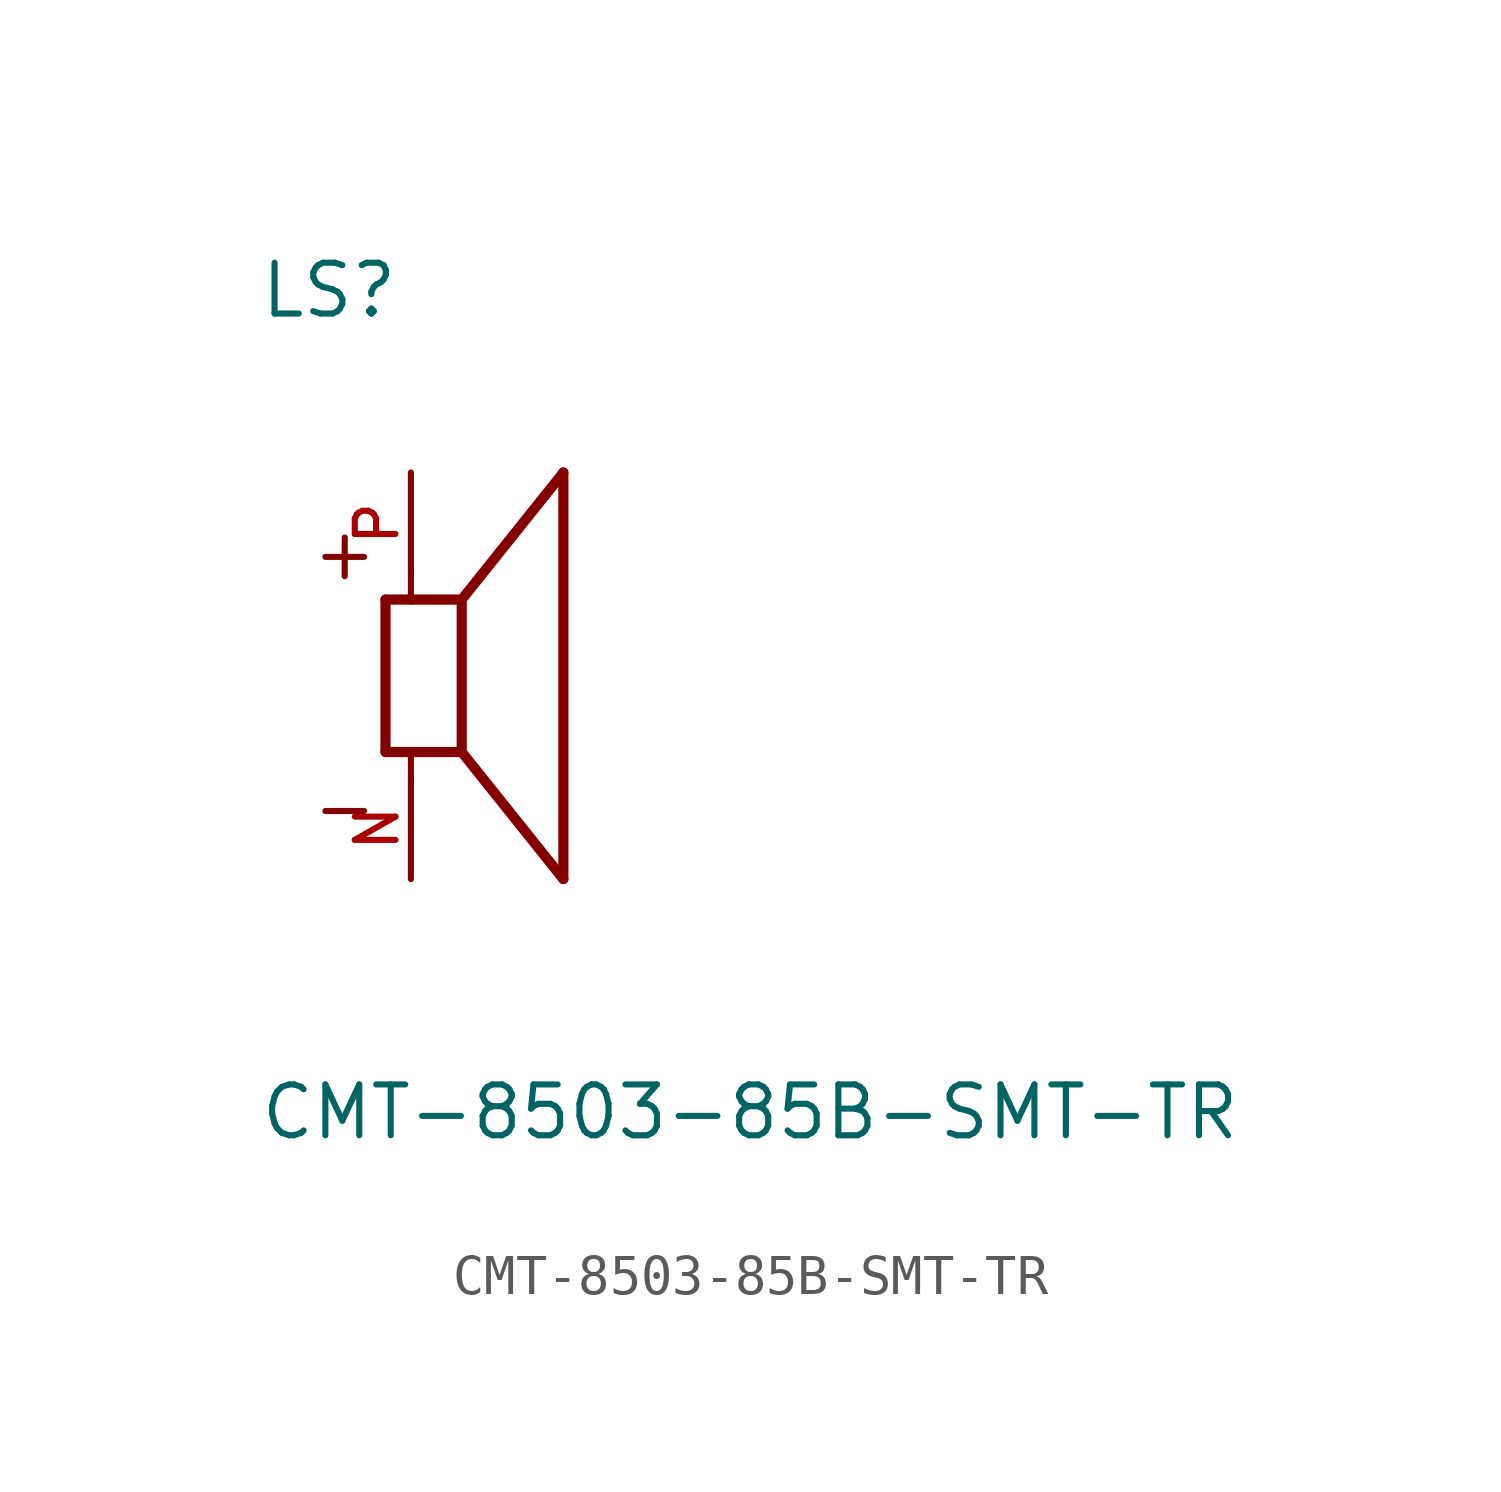
<source format=kicad_sym>
(kicad_symbol_lib
  (version 20211014)
  (generator kicad_symbol_editor)
  (symbol "CMT-8503-85B-SMT-TR"
    (pin_names
      (offset 1.016))
    (property "Reference" "LS"
      (at -3.81 8.89 0)
      (effects (font (size 1.27 1.27)) (justify bottom left)))
    (property "Value" "CMT-8503-85B-SMT-TR"
      (at -3.81 -10.16 0)
      (effects (font (size 1.27 1.27)) (justify top left)))
    (symbol "CMT-8503-85B-SMT-TR_0_0"
      (polyline (pts (xy -0.635 1.905) (xy -0.635 -1.905)) (stroke (width 0.254)))
      (polyline (pts (xy -0.635 -1.905) (xy 0.0 -1.905)) (stroke (width 0.254)))
      (polyline (pts (xy 1.27 -1.905) (xy 1.27 1.905)) (stroke (width 0.254)))
      (polyline (pts (xy -0.635 1.905) (xy 0.0 1.905)) (stroke (width 0.254)))
      (polyline (pts (xy 1.27 -1.905) (xy 3.81 -5.08)) (stroke (width 0.254)))
      (polyline (pts (xy 3.81 -5.08) (xy 3.81 5.08)) (stroke (width 0.254)))
      (polyline (pts (xy 1.27 1.905) (xy 3.81 5.08)) (stroke (width 0.254)))
      (polyline (pts (xy 0.0 -2.54) (xy 0.0 -1.905)) (stroke (width 0.152)))
      (polyline (pts (xy 0.0 -1.905) (xy 1.27 -1.905)) (stroke (width 0.254)))
      (polyline (pts (xy 0.0 2.54) (xy 0.0 1.905)) (stroke (width 0.152)))
      (polyline (pts (xy 0.0 1.905) (xy 1.27 1.905)) (stroke (width 0.254)))
      (text "+" (at -2.54 3.81 0) (effects (font (size 1.27 1.27)) (justify top left)))
      (text "-" (at -2.54 -2.54 0) (effects (font (size 1.27 1.27)) (justify top left)))
      (pin passive line (at 0.0 -5.08 90.0) (length 2.54) (name "~" (effects (font (size 1.016 1.016)))) (number "N" (effects (font (size 1.016 1.016)))))
      (pin passive line (at 0.0 5.08 270.0) (length 2.54) (name "~" (effects (font (size 1.016 1.016)))) (number "P" (effects (font (size 1.016 1.016))))))))
</source>
